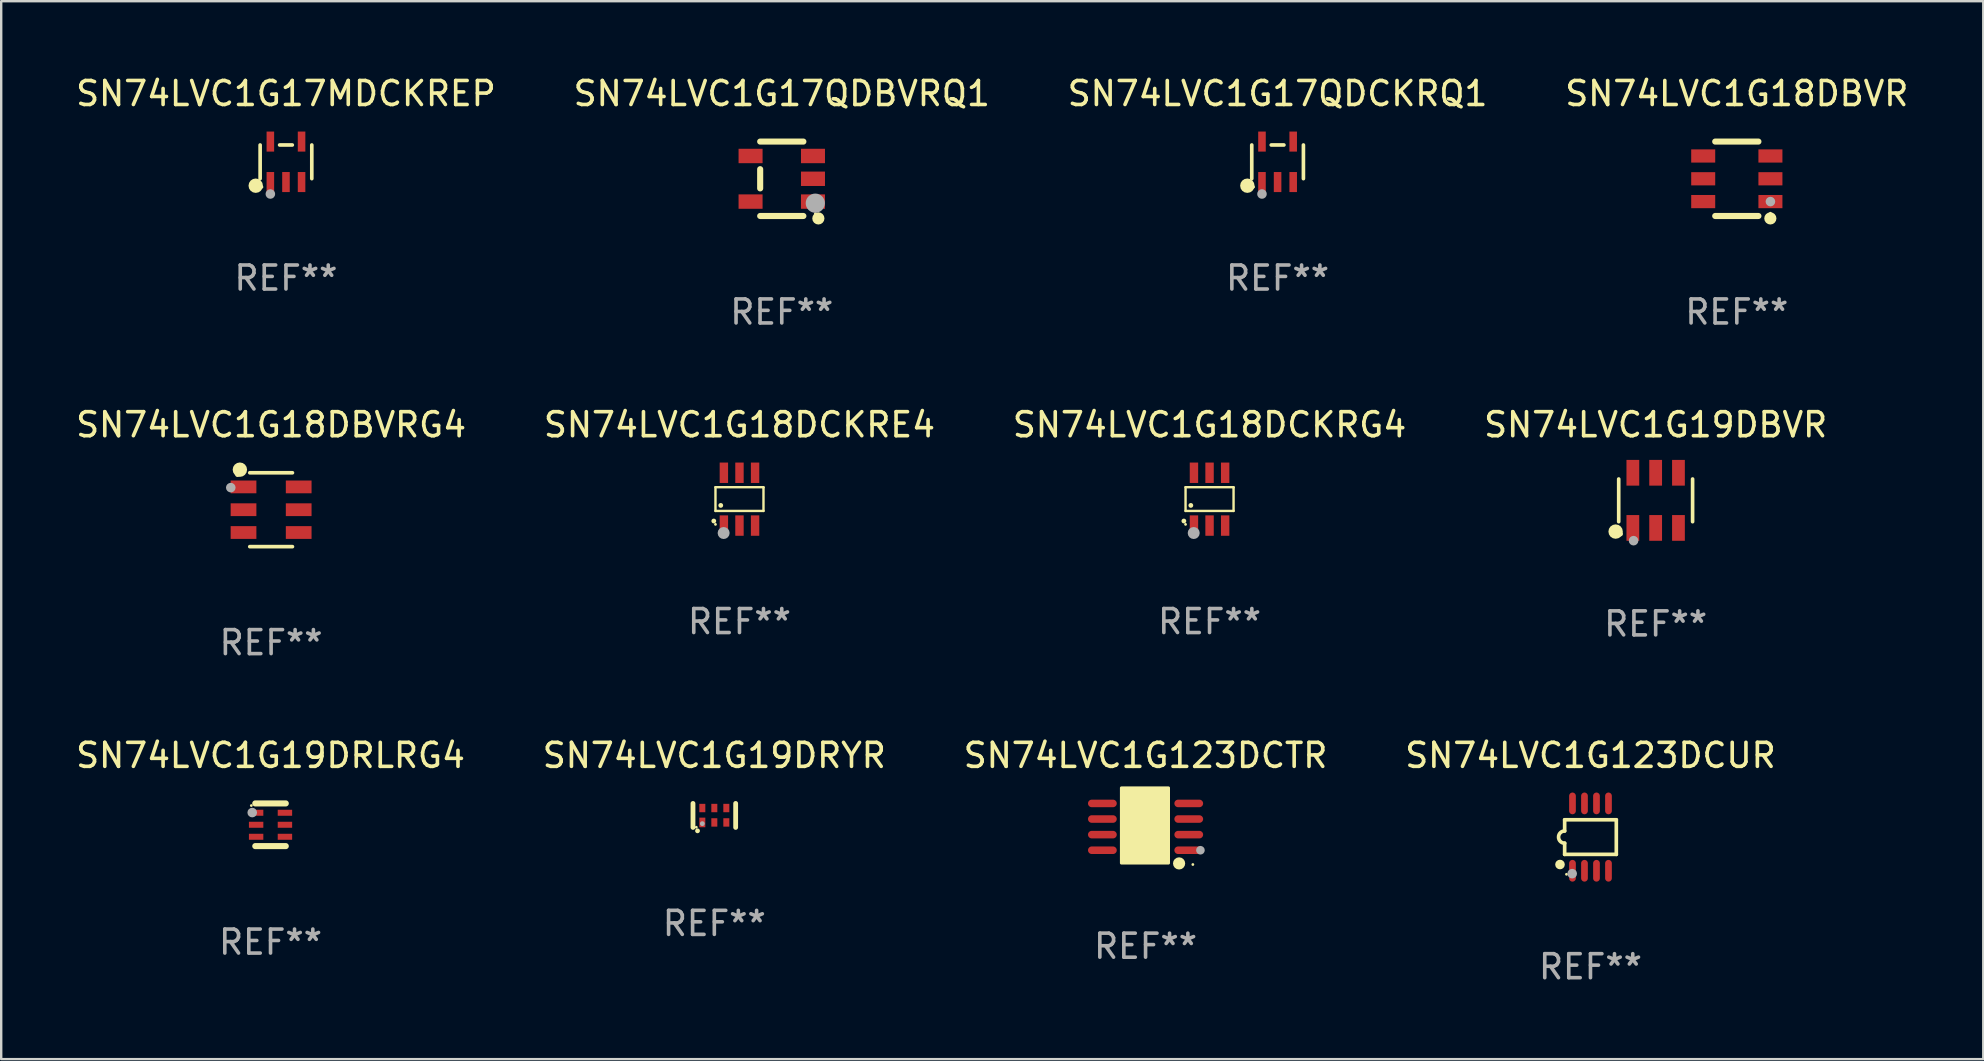
<source format=kicad_pcb>
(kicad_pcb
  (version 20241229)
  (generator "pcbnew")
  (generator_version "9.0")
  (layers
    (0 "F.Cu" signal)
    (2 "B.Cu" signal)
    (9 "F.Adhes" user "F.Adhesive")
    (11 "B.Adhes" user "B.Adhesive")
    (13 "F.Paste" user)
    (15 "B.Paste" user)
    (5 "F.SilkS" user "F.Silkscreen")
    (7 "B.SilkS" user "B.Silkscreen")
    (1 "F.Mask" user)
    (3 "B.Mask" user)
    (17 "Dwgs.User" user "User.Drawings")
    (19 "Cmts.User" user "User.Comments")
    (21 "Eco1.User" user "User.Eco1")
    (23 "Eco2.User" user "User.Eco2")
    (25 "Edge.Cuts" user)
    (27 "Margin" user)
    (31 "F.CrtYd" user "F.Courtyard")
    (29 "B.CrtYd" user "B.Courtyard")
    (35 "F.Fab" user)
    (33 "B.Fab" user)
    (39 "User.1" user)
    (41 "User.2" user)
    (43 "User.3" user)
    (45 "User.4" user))
  (footprint "SN74LVC1G18DCKRE4"
    (layer "F.Cu")
    (at 27.756 17.745)
    (property "Reference" "SN74LVC1G18DCKRE4" (at 0 -3.1 0) (layer "F.SilkS") (effects (font (size 1 1) (thickness 0.15))))
    (attr through_hole)
    (fp_line (start -1 -0.5) (end -1 0.49) (stroke (width 0.1) (type solid)) (layer "F.SilkS"))
    (fp_line (start -1 0.49) (end 1 0.49) (stroke (width 0.1) (type solid)) (layer "F.SilkS"))
    (fp_line (start 0.99 -0.5) (end -1 -0.5) (stroke (width 0.1) (type solid)) (layer "F.SilkS"))
    (fp_line (start 1 -0.49) (end 0.99 -0.5) (stroke (width 0.1) (type solid)) (layer "F.SilkS"))
    (fp_line (start 1 0.49) (end 1 -0.49) (stroke (width 0.1) (type solid)) (layer "F.SilkS"))
    (fp_circle (center -1.07 0.91) (end -1.02 0.91) (stroke (width 0.1) (type solid)) (fill no) (layer "F.SilkS"))
    (fp_circle (center -1 1.05) (end -0.97 1.05) (stroke (width 0.06) (type solid)) (fill no) (layer "F.SilkS"))
    (fp_circle (center -0.78 0.26) (end -0.73 0.26) (stroke (width 0.1) (type solid)) (fill no) (layer "F.SilkS"))
    (fp_circle (center -0.66 1.41) (end -0.535 1.41) (stroke (width 0.25) (type solid)) (fill no) (layer "F.Fab"))
    (fp_text user "REF**" (at 0 5.1 0) (layer "F.Fab") (effects (font (size 1 1) (thickness 0.15))))
    (pad "1" smd rect (at -0.65 1.1) (size 0.35 0.85) (layers "F.Cu" "F.Mask" "F.Paste"))
    (pad "2" smd rect (at 0 1.1) (size 0.35 0.85) (layers "F.Cu" "F.Mask" "F.Paste"))
    (pad "3" smd rect (at 0.65 1.1) (size 0.35 0.85) (layers "F.Cu" "F.Mask" "F.Paste"))
    (pad "4" smd rect (at 0.65 -1.1) (size 0.35 0.85) (layers "F.Cu" "F.Mask" "F.Paste"))
    (pad "5" smd rect (at 0 -1.1) (size 0.35 0.85) (layers "F.Cu" "F.Mask" "F.Paste"))
    (pad "6" smd rect (at -0.65 -1.1) (size 0.35 0.85) (layers "F.Cu" "F.Mask" "F.Paste")))
  (footprint "SN74LVC1G18DBVRG4"
    (layer "F.Cu")
    (at 8.244 18.184)
    (property "Reference" "SN74LVC1G18DBVRG4" (at 0 -3.539 0) (layer "F.SilkS") (effects (font (size 1 1) (thickness 0.15))))
    (attr through_hole)
    (fp_line (start -0.889 -1.539) (end 0.889 -1.539) (stroke (width 0.152) (type solid)) (layer "F.SilkS"))
    (fp_line (start -0.889 1.539) (end 0.889 1.539) (stroke (width 0.152) (type solid)) (layer "F.SilkS"))
    (fp_circle (center -1.4 -1.463) (end -1.35 -1.463) (stroke (width 0.1) (type solid)) (fill no) (layer "F.SilkS"))
    (fp_circle (center -1.301 -1.668) (end -1.151 -1.668) (stroke (width 0.3) (type solid)) (fill no) (layer "F.SilkS"))
    (fp_circle (center -1.68 -0.92) (end -1.58 -0.92) (stroke (width 0.2) (type solid)) (fill no) (layer "F.Fab"))
    (fp_text user "REF**" (at 0 5.539 0) (layer "F.Fab") (effects (font (size 1 1) (thickness 0.15))))
    (pad "1" smd rect (at -1.149 -0.95 270) (size 0.532 1.072) (layers "F.Cu" "F.Mask" "F.Paste"))
    (pad "2" smd rect (at -1.149 0.000102 270) (size 0.532 1.072) (layers "F.Cu" "F.Mask" "F.Paste"))
    (pad "3" smd rect (at -1.149 0.95 270) (size 0.532 1.072) (layers "F.Cu" "F.Mask" "F.Paste"))
    (pad "4" smd rect (at 1.149 0.95 270) (size 0.532 1.072) (layers "F.Cu" "F.Mask" "F.Paste"))
    (pad "5" smd rect (at 1.149 0.000102 270) (size 0.532 1.072) (layers "F.Cu" "F.Mask" "F.Paste"))
    (pad "6" smd rect (at 1.149 -0.95 270) (size 0.532 1.072) (layers "F.Cu" "F.Mask" "F.Paste")))
  (footprint "SN74LVC1G19DRLRG4"
    (layer "F.Cu")
    (at 8.22 31.309)
    (property "Reference" "SN74LVC1G19DRLRG4" (at 0 -2.889 0) (layer "F.SilkS") (effects (font (size 1 1) (thickness 0.15))))
    (attr through_hole)
    (fp_line (start -0.635 -0.889) (end 0.635 -0.889) (stroke (width 0.254) (type solid)) (layer "F.SilkS"))
    (fp_line (start -0.635 0.889) (end 0.635 0.889) (stroke (width 0.254) (type solid)) (layer "F.SilkS"))
    (fp_circle (center -0.8 -0.8) (end -0.77 -0.8) (stroke (width 0.06) (type solid)) (fill no) (layer "F.SilkS"))
    (fp_circle (center -0.762 -0.508) (end -0.662 -0.508) (stroke (width 0.2) (type solid)) (fill no) (layer "F.Fab"))
    (fp_text user "REF**" (at 0 4.889 0) (layer "F.Fab") (effects (font (size 1 1) (thickness 0.15))))
    (pad "1" smd rect (at -0.6 -0.5 270) (size 0.25 0.6) (layers "F.Cu" "F.Mask" "F.Paste"))
    (pad "2" smd rect (at -0.6 -0.000127 270) (size 0.25 0.6) (layers "F.Cu" "F.Mask" "F.Paste"))
    (pad "3" smd rect (at -0.6 0.5 270) (size 0.25 0.6) (layers "F.Cu" "F.Mask" "F.Paste"))
    (pad "4" smd rect (at 0.6 0.5 270) (size 0.25 0.6) (layers "F.Cu" "F.Mask" "F.Paste"))
    (pad "5" smd rect (at 0.6 -0.000127 270) (size 0.25 0.6) (layers "F.Cu" "F.Mask" "F.Paste"))
    (pad "6" smd rect (at 0.6 -0.5 270) (size 0.25 0.6) (layers "F.Cu" "F.Mask" "F.Paste")))
  (footprint "SN74LVC1G17QDBVRQ1"
    (layer "F.Cu")
    (at 29.518 4.398)
    (property "Reference" "SN74LVC1G17QDBVRQ1" (at 0 -3.55 0) (layer "F.SilkS") (effects (font (size 1 1) (thickness 0.15))))
    (attr through_hole)
    (fp_line (start -0.9 -1.55) (end 0.9 -1.55) (stroke (width 0.254) (type solid)) (layer "F.SilkS"))
    (fp_line (start -0.9 0.4) (end -0.9 -0.4) (stroke (width 0.254) (type solid)) (layer "F.SilkS"))
    (fp_line (start -0.9 1.55) (end 0.9 1.55) (stroke (width 0.254) (type solid)) (layer "F.SilkS"))
    (fp_circle (center 1.4 1.45) (end 1.43 1.45) (stroke (width 0.06) (type solid)) (fill no) (layer "F.SilkS"))
    (fp_circle (center 1.524 1.651) (end 1.651 1.651) (stroke (width 0.254) (type solid)) (fill no) (layer "F.SilkS"))
    (fp_circle (center 1.397 1.016) (end 1.597 1.016) (stroke (width 0.4) (type solid)) (fill no) (layer "F.Fab"))
    (fp_text user "REF**" (at 0 5.55 0) (layer "F.Fab") (effects (font (size 1 1) (thickness 0.15))))
    (pad "1" smd rect (at 1.3 0.95) (size 1 0.6) (layers "F.Cu" "F.Mask" "F.Paste"))
    (pad "2" smd rect (at 1.3 -0.000051) (size 1 0.6) (layers "F.Cu" "F.Mask" "F.Paste"))
    (pad "3" smd rect (at 1.3 -0.95) (size 1 0.6) (layers "F.Cu" "F.Mask" "F.Paste"))
    (pad "4" smd rect (at -1.3 -0.95) (size 1 0.6) (layers "F.Cu" "F.Mask" "F.Paste"))
    (pad "5" smd rect (at -1.3 0.95) (size 1 0.6) (layers "F.Cu" "F.Mask" "F.Paste")))
  (footprint "SN74LVC1G18DBVR"
    (layer "F.Cu")
    (at 69.304 4.398)
    (property "Reference" "SN74LVC1G18DBVR" (at 0 -3.55 0) (layer "F.SilkS") (effects (font (size 1 1) (thickness 0.15))))
    (attr through_hole)
    (fp_line (start -0.9 -1.55) (end 0.9 -1.55) (stroke (width 0.254) (type solid)) (layer "F.SilkS"))
    (fp_line (start -0.9 1.55) (end 0.9 1.55) (stroke (width 0.254) (type solid)) (layer "F.SilkS"))
    (fp_circle (center 1.397 1.651) (end 1.524 1.651) (stroke (width 0.254) (type solid)) (fill no) (layer "F.SilkS"))
    (fp_circle (center 1.4 1.435) (end 1.43 1.435) (stroke (width 0.06) (type solid)) (fill no) (layer "F.SilkS"))
    (fp_circle (center 1.4 0.95) (end 1.5 0.95) (stroke (width 0.2) (type solid)) (fill no) (layer "F.Fab"))
    (fp_text user "REF**" (at 0 5.55 0) (layer "F.Fab") (effects (font (size 1 1) (thickness 0.15))))
    (pad "1" smd rect (at 1.4 0.95) (size 1 0.55) (layers "F.Cu" "F.Mask" "F.Paste"))
    (pad "2" smd rect (at 1.4 -0.000102) (size 1 0.55) (layers "F.Cu" "F.Mask" "F.Paste"))
    (pad "3" smd rect (at 1.4 -0.95) (size 1 0.55) (layers "F.Cu" "F.Mask" "F.Paste"))
    (pad "4" smd rect (at -1.4 -0.95) (size 1 0.55) (layers "F.Cu" "F.Mask" "F.Paste"))
    (pad "5" smd rect (at -1.4 -0.000102) (size 1 0.55) (layers "F.Cu" "F.Mask" "F.Paste"))
    (pad "6" smd rect (at -1.4 0.95) (size 1 0.55) (layers "F.Cu" "F.Mask" "F.Paste")))
  (footprint "SN74LVC1G19DRYR"
    (layer "F.Cu")
    (at 26.708 30.92)
    (property "Reference" "SN74LVC1G19DRYR" (at 0 -2.5 0) (layer "F.SilkS") (effects (font (size 1 1) (thickness 0.15))))
    (attr through_hole)
    (fp_line (start -0.889 0.5) (end -0.889 -0.5) (stroke (width 0.2) (type solid)) (layer "F.SilkS"))
    (fp_line (start 0.889 0.5) (end 0.889 -0.5) (stroke (width 0.2) (type solid)) (layer "F.SilkS"))
    (fp_circle (center -0.75 0.492) (end -0.72 0.492) (stroke (width 0.06) (type solid)) (fill no) (layer "F.SilkS"))
    (fp_circle (center -0.7 0.642) (end -0.65 0.642) (stroke (width 0.1) (type solid)) (fill no) (layer "F.SilkS"))
    (fp_circle (center -0.5 0.342) (end -0.45 0.342) (stroke (width 0.1) (type solid)) (fill no) (layer "F.Fab"))
    (fp_text user "REF**" (at 0 4.5 0) (layer "F.Fab") (effects (font (size 1 1) (thickness 0.15))))
    (pad "1" smd rect (at -0.5 0.292) (size 0.25 0.4) (layers "F.Cu" "F.Mask" "F.Paste"))
    (pad "2" smd rect (at -0.000127 0.292) (size 0.25 0.35) (layers "F.Cu" "F.Mask" "F.Paste"))
    (pad "3" smd rect (at 0.5 0.292) (size 0.25 0.35) (layers "F.Cu" "F.Mask" "F.Paste"))
    (pad "4" smd rect (at 0.5 -0.308 180) (size 0.25 0.35) (layers "F.Cu" "F.Mask" "F.Paste"))
    (pad "5" smd rect (at -0.000127 -0.308 180) (size 0.25 0.35) (layers "F.Cu" "F.Mask" "F.Paste"))
    (pad "6" smd rect (at -0.5 -0.308 180) (size 0.25 0.35) (layers "F.Cu" "F.Mask" "F.Paste")))
  (footprint "SN74LVC1G123DCTR"
    (layer "F.Cu")
    (at 44.673 31.395)
    (property "Reference" "SN74LVC1G123DCTR" (at 0 -2.975 0) (layer "F.SilkS") (effects (font (size 1 1) (thickness 0.15))))
    (attr through_hole)
    (fp_circle (center 0.508 1.016) (end 0.658 1.016) (stroke (width 0.3) (type solid)) (fill no) (layer "F.SilkS"))
    (fp_circle (center 1.397 1.524) (end 1.524 1.524) (stroke (width 0.254) (type solid)) (fill no) (layer "F.SilkS"))
    (fp_circle (center 1.97 1.57) (end 2 1.57) (stroke (width 0.06) (type solid)) (fill no) (layer "F.SilkS"))
    (fp_poly (pts (xy -1.008 -1.623) (xy 0.958 -1.623) (xy 0.958 1.51) (xy -1.008 1.51)) (stroke (width 0.12) (type solid)) (fill yes) (layer "F.SilkS"))
    (fp_circle (center 2.286 0.975) (end 2.376 0.975) (stroke (width 0.18) (type solid)) (fill no) (layer "F.Fab"))
    (fp_text user "REF**" (at 0 4.975 0) (layer "F.Fab") (effects (font (size 1 1) (thickness 0.15))))
    (pad "1" smd oval (at 1.799 0.975 90) (size 0.315 1.198) (layers "F.Cu" "F.Mask" "F.Paste"))
    (pad "2" smd oval (at 1.799 0.325 90) (size 0.315 1.198) (layers "F.Cu" "F.Mask" "F.Paste"))
    (pad "3" smd oval (at 1.799 -0.325 90) (size 0.315 1.198) (layers "F.Cu" "F.Mask" "F.Paste"))
    (pad "4" smd oval (at 1.799 -0.975 90) (size 0.315 1.198) (layers "F.Cu" "F.Mask" "F.Paste"))
    (pad "5" smd oval (at -1.799 -0.975 90) (size 0.315 1.198) (layers "F.Cu" "F.Mask" "F.Paste"))
    (pad "6" smd oval (at -1.799 -0.325 90) (size 0.315 1.198) (layers "F.Cu" "F.Mask" "F.Paste"))
    (pad "7" smd oval (at -1.799 0.325 90) (size 0.315 1.198) (layers "F.Cu" "F.Mask" "F.Paste"))
    (pad "8" smd oval (at -1.799 0.975 90) (size 0.315 1.198) (layers "F.Cu" "F.Mask" "F.Paste")))
  (footprint "SN74LVC1G17MDCKREP"
    (layer "F.Cu")
    (at 8.863 3.691)
    (property "Reference" "SN74LVC1G17MDCKREP" (at 0 -2.843 0) (layer "F.SilkS") (effects (font (size 1 1) (thickness 0.15))))
    (attr through_hole)
    (fp_line (start -1.076 0.701) (end -1.076 -0.701) (stroke (width 0.152) (type solid)) (layer "F.SilkS"))
    (fp_line (start 0.264 -0.701) (end -0.264 -0.701) (stroke (width 0.152) (type solid)) (layer "F.SilkS"))
    (fp_line (start 1.076 0.701) (end 1.076 -0.701) (stroke (width 0.152) (type solid)) (layer "F.SilkS"))
    (fp_circle (center -1.26 0.995) (end -1.11 0.995) (stroke (width 0.3) (type solid)) (fill no) (layer "F.SilkS"))
    (fp_circle (center -1 1.05) (end -0.97 1.05) (stroke (width 0.06) (type solid)) (fill no) (layer "F.SilkS"))
    (fp_circle (center -0.65 1.341) (end -0.55 1.341) (stroke (width 0.2) (type solid)) (fill no) (layer "F.Fab"))
    (fp_text user "REF**" (at 0 4.843 0) (layer "F.Fab") (effects (font (size 1 1) (thickness 0.15))))
    (pad "1" smd rect (at -0.65 0.843) (size 0.315 0.835) (layers "F.Cu" "F.Mask" "F.Paste"))
    (pad "2" smd rect (at 0.00014 0.843) (size 0.315 0.835) (layers "F.Cu" "F.Mask" "F.Paste"))
    (pad "3" smd rect (at 0.65 0.843) (size 0.315 0.835) (layers "F.Cu" "F.Mask" "F.Paste"))
    (pad "4" smd rect (at 0.65 -0.843) (size 0.315 0.835) (layers "F.Cu" "F.Mask" "F.Paste"))
    (pad "5" smd rect (at -0.65 -0.843) (size 0.315 0.835) (layers "F.Cu" "F.Mask" "F.Paste")))
  (footprint "SN74LVC1G17QDCKRQ1"
    (layer "F.Cu")
    (at 50.173 3.691)
    (property "Reference" "SN74LVC1G17QDCKRQ1" (at 0 -2.843 0) (layer "F.SilkS") (effects (font (size 1 1) (thickness 0.15))))
    (attr through_hole)
    (fp_line (start -1.076 0.701) (end -1.076 -0.701) (stroke (width 0.152) (type solid)) (layer "F.SilkS"))
    (fp_line (start 0.264 -0.701) (end -0.264 -0.701) (stroke (width 0.152) (type solid)) (layer "F.SilkS"))
    (fp_line (start 1.076 0.701) (end 1.076 -0.701) (stroke (width 0.152) (type solid)) (layer "F.SilkS"))
    (fp_circle (center -1.26 0.995) (end -1.11 0.995) (stroke (width 0.3) (type solid)) (fill no) (layer "F.SilkS"))
    (fp_circle (center -1 1.05) (end -0.97 1.05) (stroke (width 0.06) (type solid)) (fill no) (layer "F.SilkS"))
    (fp_circle (center -0.65 1.341) (end -0.55 1.341) (stroke (width 0.2) (type solid)) (fill no) (layer "F.Fab"))
    (fp_text user "REF**" (at 0 4.843 0) (layer "F.Fab") (effects (font (size 1 1) (thickness 0.15))))
    (pad "1" smd rect (at -0.65 0.843) (size 0.315 0.835) (layers "F.Cu" "F.Mask" "F.Paste"))
    (pad "2" smd rect (at 0.00014 0.843) (size 0.315 0.835) (layers "F.Cu" "F.Mask" "F.Paste"))
    (pad "3" smd rect (at 0.65 0.843) (size 0.315 0.835) (layers "F.Cu" "F.Mask" "F.Paste"))
    (pad "4" smd rect (at 0.65 -0.843) (size 0.315 0.835) (layers "F.Cu" "F.Mask" "F.Paste"))
    (pad "5" smd rect (at -0.65 -0.843) (size 0.315 0.835) (layers "F.Cu" "F.Mask" "F.Paste")))
  (footprint "SN74LVC1G123DCUR"
    (layer "F.Cu")
    (at 63.208 31.822)
    (property "Reference" "SN74LVC1G123DCUR" (at 0 -3.403 0) (layer "F.SilkS") (effects (font (size 1 1) (thickness 0.15))))
    (attr through_hole)
    (fp_line (start -1.076 -0.721) (end 1.076 -0.721) (stroke (width 0.152) (type solid)) (layer "F.SilkS"))
    (fp_line (start -1.076 -0.254) (end -1.076 -0.721) (stroke (width 0.152) (type solid)) (layer "F.SilkS"))
    (fp_line (start -1.076 0.254) (end -1.076 0.721) (stroke (width 0.152) (type solid)) (layer "F.SilkS"))
    (fp_line (start 1.076 -0.721) (end 1.076 0.721) (stroke (width 0.152) (type solid)) (layer "F.SilkS"))
    (fp_line (start 1.076 0.721) (end -1.076 0.721) (stroke (width 0.152) (type solid)) (layer "F.SilkS"))
    (fp_arc (start -1.076226 0.254051) (mid -1.330226 0.000051) (end -1.076226 -0.253949) (stroke (width 0.151994) (type solid)) (layer "F.SilkS"))
    (fp_circle (center -1.27 1.143) (end -1.17 1.143) (stroke (width 0.2) (type solid)) (fill no) (layer "F.SilkS"))
    (fp_circle (center -1 1.55) (end -0.97 1.55) (stroke (width 0.06) (type solid)) (fill no) (layer "F.SilkS"))
    (fp_circle (center -0.762 1.524) (end -0.662 1.524) (stroke (width 0.2) (type solid)) (fill no) (layer "F.Fab"))
    (fp_text user "REF**" (at 0 5.403 0) (layer "F.Fab") (effects (font (size 1 1) (thickness 0.15))))
    (pad "1" smd oval (at -0.75 1.403) (size 0.28 0.905) (layers "F.Cu" "F.Mask" "F.Paste"))
    (pad "2" smd oval (at -0.25 1.403) (size 0.28 0.905) (layers "F.Cu" "F.Mask" "F.Paste"))
    (pad "3" smd oval (at 0.25 1.403) (size 0.28 0.905) (layers "F.Cu" "F.Mask" "F.Paste"))
    (pad "4" smd oval (at 0.75 1.403) (size 0.28 0.905) (layers "F.Cu" "F.Mask" "F.Paste"))
    (pad "5" smd oval (at 0.75 -1.403) (size 0.28 0.905) (layers "F.Cu" "F.Mask" "F.Paste"))
    (pad "6" smd oval (at 0.25 -1.403) (size 0.28 0.905) (layers "F.Cu" "F.Mask" "F.Paste"))
    (pad "7" smd oval (at -0.25 -1.403) (size 0.28 0.905) (layers "F.Cu" "F.Mask" "F.Paste"))
    (pad "8" smd oval (at -0.75 -1.403) (size 0.28 0.905) (layers "F.Cu" "F.Mask" "F.Paste")))
  (footprint "SN74LVC1G18DCKRG4"
    (layer "F.Cu")
    (at 47.339 17.745)
    (property "Reference" "SN74LVC1G18DCKRG4" (at 0 -3.1 0) (layer "F.SilkS") (effects (font (size 1 1) (thickness 0.15))))
    (attr through_hole)
    (fp_line (start -1 -0.5) (end -1 0.49) (stroke (width 0.1) (type solid)) (layer "F.SilkS"))
    (fp_line (start -1 0.49) (end 1 0.49) (stroke (width 0.1) (type solid)) (layer "F.SilkS"))
    (fp_line (start 0.99 -0.5) (end -1 -0.5) (stroke (width 0.1) (type solid)) (layer "F.SilkS"))
    (fp_line (start 1 -0.49) (end 0.99 -0.5) (stroke (width 0.1) (type solid)) (layer "F.SilkS"))
    (fp_line (start 1 0.49) (end 1 -0.49) (stroke (width 0.1) (type solid)) (layer "F.SilkS"))
    (fp_circle (center -1.07 0.91) (end -1.02 0.91) (stroke (width 0.1) (type solid)) (fill no) (layer "F.SilkS"))
    (fp_circle (center -1 1.05) (end -0.97 1.05) (stroke (width 0.06) (type solid)) (fill no) (layer "F.SilkS"))
    (fp_circle (center -0.78 0.26) (end -0.73 0.26) (stroke (width 0.1) (type solid)) (fill no) (layer "F.SilkS"))
    (fp_circle (center -0.66 1.41) (end -0.535 1.41) (stroke (width 0.25) (type solid)) (fill no) (layer "F.Fab"))
    (fp_text user "REF**" (at 0 5.1 0) (layer "F.Fab") (effects (font (size 1 1) (thickness 0.15))))
    (pad "1" smd rect (at -0.65 1.1) (size 0.35 0.85) (layers "F.Cu" "F.Mask" "F.Paste"))
    (pad "2" smd rect (at 0 1.1) (size 0.35 0.85) (layers "F.Cu" "F.Mask" "F.Paste"))
    (pad "3" smd rect (at 0.65 1.1) (size 0.35 0.85) (layers "F.Cu" "F.Mask" "F.Paste"))
    (pad "4" smd rect (at 0.65 -1.1) (size 0.35 0.85) (layers "F.Cu" "F.Mask" "F.Paste"))
    (pad "5" smd rect (at 0 -1.1) (size 0.35 0.85) (layers "F.Cu" "F.Mask" "F.Paste"))
    (pad "6" smd rect (at -0.65 -1.1) (size 0.35 0.85) (layers "F.Cu" "F.Mask" "F.Paste")))
  (footprint "SN74LVC1G19DBVR"
    (layer "F.Cu")
    (at 65.923 17.794)
    (property "Reference" "SN74LVC1G19DBVR" (at 0 -3.149 0) (layer "F.SilkS") (effects (font (size 1 1) (thickness 0.15))))
    (attr through_hole)
    (fp_line (start -1.539 0.889) (end -1.539 -0.889) (stroke (width 0.152) (type solid)) (layer "F.SilkS"))
    (fp_line (start 1.539 0.889) (end 1.539 -0.889) (stroke (width 0.152) (type solid)) (layer "F.SilkS"))
    (fp_circle (center -1.668 1.301) (end -1.518 1.301) (stroke (width 0.3) (type solid)) (fill no) (layer "F.SilkS"))
    (fp_circle (center -1.463 1.4) (end -1.413 1.4) (stroke (width 0.1) (type solid)) (fill no) (layer "F.SilkS"))
    (fp_circle (center -0.92 1.68) (end -0.82 1.68) (stroke (width 0.2) (type solid)) (fill no) (layer "F.Fab"))
    (fp_text user "REF**" (at 0 5.149 0) (layer "F.Fab") (effects (font (size 1 1) (thickness 0.15))))
    (pad "1" smd rect (at -0.95 1.149) (size 0.532 1.072) (layers "F.Cu" "F.Mask" "F.Paste"))
    (pad "2" smd rect (at 0 1.149) (size 0.532 1.072) (layers "F.Cu" "F.Mask" "F.Paste"))
    (pad "3" smd rect (at 0.95 1.149) (size 0.532 1.072) (layers "F.Cu" "F.Mask" "F.Paste"))
    (pad "4" smd rect (at 0.95 -1.149) (size 0.532 1.072) (layers "F.Cu" "F.Mask" "F.Paste"))
    (pad "5" smd rect (at 0 -1.149) (size 0.532 1.072) (layers "F.Cu" "F.Mask" "F.Paste"))
    (pad "6" smd rect (at -0.95 -1.149) (size 0.532 1.072) (layers "F.Cu" "F.Mask" "F.Paste")))
  (gr_rect
    (start -3 -3)
    (end 79.571 41.073)
    (stroke (width 0.1) (type default))
    (fill no)
    (layer "Edge.Cuts")))
</source>
